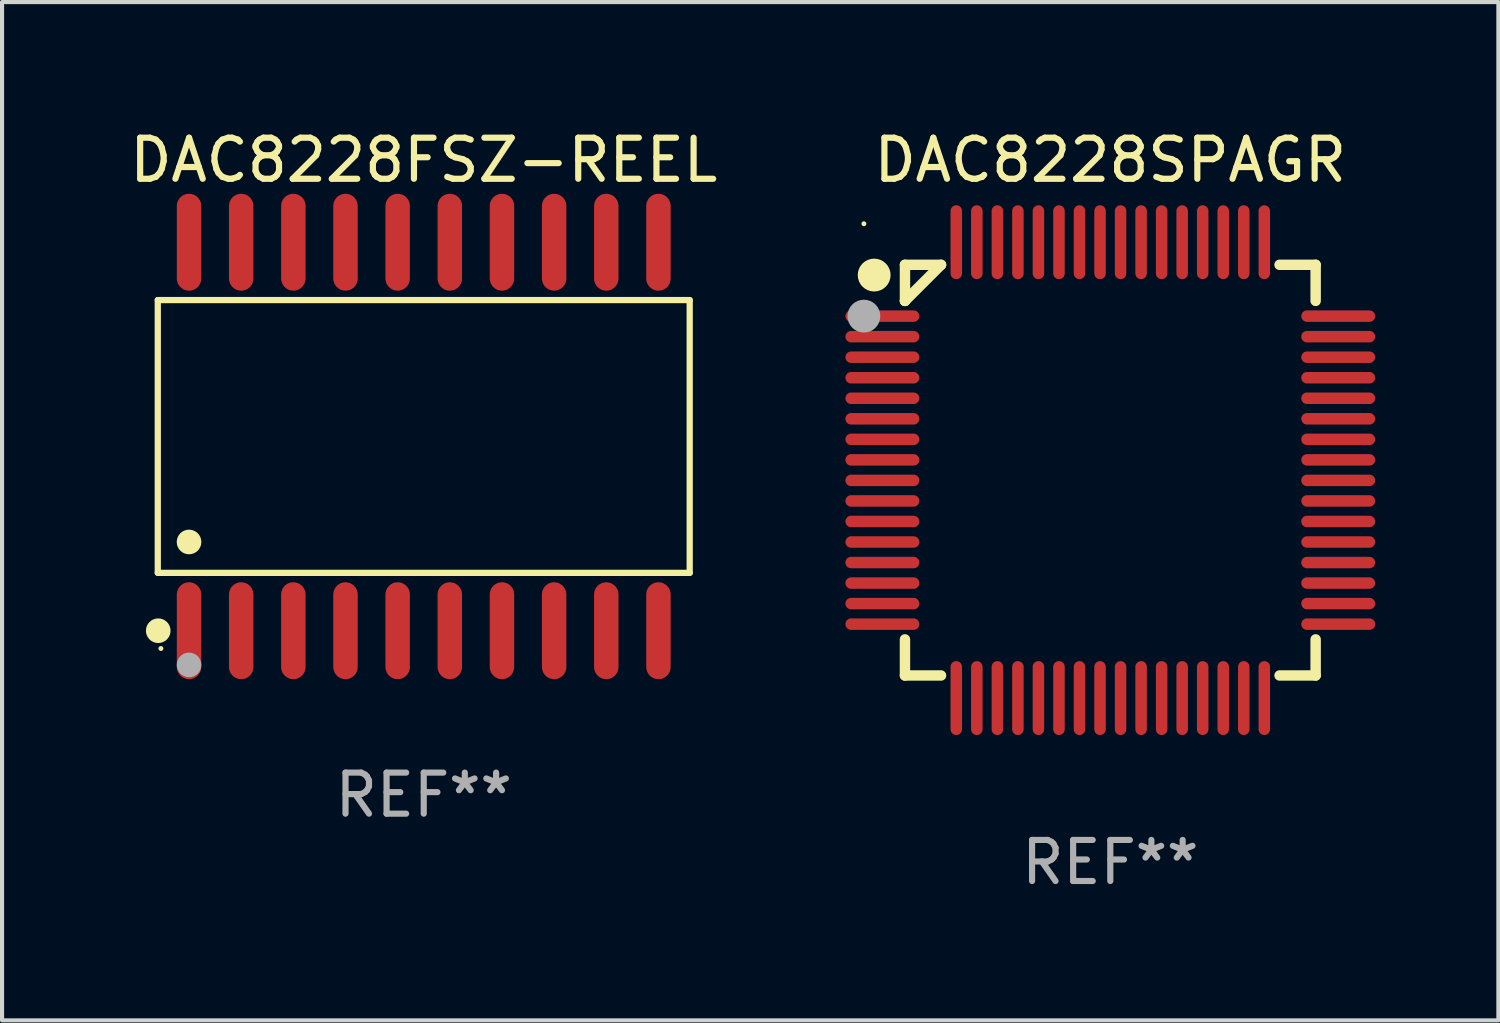
<source format=kicad_pcb>
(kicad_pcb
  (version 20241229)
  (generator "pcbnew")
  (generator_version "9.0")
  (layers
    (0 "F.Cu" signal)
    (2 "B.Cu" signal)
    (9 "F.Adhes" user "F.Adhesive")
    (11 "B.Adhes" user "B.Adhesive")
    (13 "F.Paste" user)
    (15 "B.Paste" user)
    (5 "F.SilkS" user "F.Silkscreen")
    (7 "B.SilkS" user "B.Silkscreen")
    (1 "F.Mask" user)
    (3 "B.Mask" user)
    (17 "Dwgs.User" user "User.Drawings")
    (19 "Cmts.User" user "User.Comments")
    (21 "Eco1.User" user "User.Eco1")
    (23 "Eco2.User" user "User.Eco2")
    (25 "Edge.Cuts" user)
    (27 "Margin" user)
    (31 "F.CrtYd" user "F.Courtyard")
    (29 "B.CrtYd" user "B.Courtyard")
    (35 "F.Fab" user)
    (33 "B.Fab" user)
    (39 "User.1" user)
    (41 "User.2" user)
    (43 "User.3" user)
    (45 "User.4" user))
  (footprint "DAC8228SPAGR"
    (layer "F.Cu")
    (at 23.986 8.398)
    (property "Reference" "DAC8228SPAGR" (at 0 -7.55 0) (layer "F.SilkS") (effects (font (size 1 1) (thickness 0.15))))
    (attr through_hole)
    (fp_line (start -5 -5) (end -4.121 -5) (stroke (width 0.254) (type solid)) (layer "F.SilkS"))
    (fp_line (start -5 -4.121) (end -5 -5) (stroke (width 0.254) (type solid)) (layer "F.SilkS"))
    (fp_line (start -5 -4.121) (end -5 -4.121) (stroke (width 0.254) (type solid)) (layer "F.SilkS"))
    (fp_line (start -5 -4.121) (end -4.121 -5) (stroke (width 0.254) (type solid)) (layer "F.SilkS"))
    (fp_line (start -5 5) (end -5 4.121) (stroke (width 0.254) (type solid)) (layer "F.SilkS"))
    (fp_line (start -4.121 5) (end -5 5) (stroke (width 0.254) (type solid)) (layer "F.SilkS"))
    (fp_line (start 4.121 -5) (end 5 -5) (stroke (width 0.254) (type solid)) (layer "F.SilkS"))
    (fp_line (start 5 -5) (end 5 -4.121) (stroke (width 0.254) (type solid)) (layer "F.SilkS"))
    (fp_line (start 5 4.121) (end 5 5) (stroke (width 0.254) (type solid)) (layer "F.SilkS"))
    (fp_line (start 5 5) (end 4.121 5) (stroke (width 0.254) (type solid)) (layer "F.SilkS"))
    (fp_circle (center -6 -6) (end -5.97 -6) (stroke (width 0.06) (type solid)) (fill no) (layer "F.SilkS"))
    (fp_circle (center -5.75 -4.75) (end -5.55 -4.75) (stroke (width 0.4) (type solid)) (fill no) (layer "F.SilkS"))
    (fp_circle (center -6 -3.75) (end -5.8 -3.75) (stroke (width 0.4) (type solid)) (fill no) (layer "F.Fab"))
    (fp_text user "REF**" (at 0 9.55 0) (layer "F.Fab") (effects (font (size 1 1) (thickness 0.15))))
    (pad "1" smd oval (at -5.55 -3.75 90) (size 0.28 1.8) (layers "F.Cu" "F.Mask" "F.Paste"))
    (pad "2" smd oval (at -5.55 -3.25 90) (size 0.28 1.8) (layers "F.Cu" "F.Mask" "F.Paste"))
    (pad "3" smd oval (at -5.55 -2.75 90) (size 0.28 1.8) (layers "F.Cu" "F.Mask" "F.Paste"))
    (pad "4" smd oval (at -5.55 -2.25 90) (size 0.28 1.8) (layers "F.Cu" "F.Mask" "F.Paste"))
    (pad "5" smd oval (at -5.55 -1.75 90) (size 0.28 1.8) (layers "F.Cu" "F.Mask" "F.Paste"))
    (pad "6" smd oval (at -5.55 -1.25 90) (size 0.28 1.8) (layers "F.Cu" "F.Mask" "F.Paste"))
    (pad "7" smd oval (at -5.55 -0.75 90) (size 0.28 1.8) (layers "F.Cu" "F.Mask" "F.Paste"))
    (pad "8" smd oval (at -5.55 -0.25 90) (size 0.28 1.8) (layers "F.Cu" "F.Mask" "F.Paste"))
    (pad "9" smd oval (at -5.55 0.25 90) (size 0.28 1.8) (layers "F.Cu" "F.Mask" "F.Paste"))
    (pad "10" smd oval (at -5.55 0.75 90) (size 0.28 1.8) (layers "F.Cu" "F.Mask" "F.Paste"))
    (pad "11" smd oval (at -5.55 1.25 90) (size 0.28 1.8) (layers "F.Cu" "F.Mask" "F.Paste"))
    (pad "12" smd oval (at -5.55 1.75 90) (size 0.28 1.8) (layers "F.Cu" "F.Mask" "F.Paste"))
    (pad "13" smd oval (at -5.55 2.25 90) (size 0.28 1.8) (layers "F.Cu" "F.Mask" "F.Paste"))
    (pad "14" smd oval (at -5.55 2.75 90) (size 0.28 1.8) (layers "F.Cu" "F.Mask" "F.Paste"))
    (pad "15" smd oval (at -5.55 3.25 90) (size 0.28 1.8) (layers "F.Cu" "F.Mask" "F.Paste"))
    (pad "16" smd oval (at -5.55 3.75 90) (size 0.28 1.8) (layers "F.Cu" "F.Mask" "F.Paste"))
    (pad "17" smd oval (at -3.75 5.55) (size 0.28 1.8) (layers "F.Cu" "F.Mask" "F.Paste"))
    (pad "18" smd oval (at -3.25 5.55) (size 0.28 1.8) (layers "F.Cu" "F.Mask" "F.Paste"))
    (pad "19" smd oval (at -2.75 5.55) (size 0.28 1.8) (layers "F.Cu" "F.Mask" "F.Paste"))
    (pad "20" smd oval (at -2.25 5.55) (size 0.28 1.8) (layers "F.Cu" "F.Mask" "F.Paste"))
    (pad "21" smd oval (at -1.75 5.55) (size 0.28 1.8) (layers "F.Cu" "F.Mask" "F.Paste"))
    (pad "22" smd oval (at -1.25 5.55) (size 0.28 1.8) (layers "F.Cu" "F.Mask" "F.Paste"))
    (pad "23" smd oval (at -0.75 5.55) (size 0.28 1.8) (layers "F.Cu" "F.Mask" "F.Paste"))
    (pad "24" smd oval (at -0.25 5.55) (size 0.28 1.8) (layers "F.Cu" "F.Mask" "F.Paste"))
    (pad "25" smd oval (at 0.25 5.55) (size 0.28 1.8) (layers "F.Cu" "F.Mask" "F.Paste"))
    (pad "26" smd oval (at 0.75 5.55) (size 0.28 1.8) (layers "F.Cu" "F.Mask" "F.Paste"))
    (pad "27" smd oval (at 1.25 5.55) (size 0.28 1.8) (layers "F.Cu" "F.Mask" "F.Paste"))
    (pad "28" smd oval (at 1.75 5.55) (size 0.28 1.8) (layers "F.Cu" "F.Mask" "F.Paste"))
    (pad "29" smd oval (at 2.25 5.55) (size 0.28 1.8) (layers "F.Cu" "F.Mask" "F.Paste"))
    (pad "30" smd oval (at 2.75 5.55) (size 0.28 1.8) (layers "F.Cu" "F.Mask" "F.Paste"))
    (pad "31" smd oval (at 3.25 5.55) (size 0.28 1.8) (layers "F.Cu" "F.Mask" "F.Paste"))
    (pad "32" smd oval (at 3.75 5.55) (size 0.28 1.8) (layers "F.Cu" "F.Mask" "F.Paste"))
    (pad "33" smd oval (at 5.55 3.75 90) (size 0.28 1.8) (layers "F.Cu" "F.Mask" "F.Paste"))
    (pad "34" smd oval (at 5.55 3.25 90) (size 0.28 1.8) (layers "F.Cu" "F.Mask" "F.Paste"))
    (pad "35" smd oval (at 5.55 2.75 90) (size 0.28 1.8) (layers "F.Cu" "F.Mask" "F.Paste"))
    (pad "36" smd oval (at 5.55 2.25 90) (size 0.28 1.8) (layers "F.Cu" "F.Mask" "F.Paste"))
    (pad "37" smd oval (at 5.55 1.75 90) (size 0.28 1.8) (layers "F.Cu" "F.Mask" "F.Paste"))
    (pad "38" smd oval (at 5.55 1.25 90) (size 0.28 1.8) (layers "F.Cu" "F.Mask" "F.Paste"))
    (pad "39" smd oval (at 5.55 0.75 90) (size 0.28 1.8) (layers "F.Cu" "F.Mask" "F.Paste"))
    (pad "40" smd oval (at 5.55 0.25 90) (size 0.28 1.8) (layers "F.Cu" "F.Mask" "F.Paste"))
    (pad "41" smd oval (at 5.55 -0.25 90) (size 0.28 1.8) (layers "F.Cu" "F.Mask" "F.Paste"))
    (pad "42" smd oval (at 5.55 -0.75 90) (size 0.28 1.8) (layers "F.Cu" "F.Mask" "F.Paste"))
    (pad "43" smd oval (at 5.55 -1.25 90) (size 0.28 1.8) (layers "F.Cu" "F.Mask" "F.Paste"))
    (pad "44" smd oval (at 5.55 -1.75 90) (size 0.28 1.8) (layers "F.Cu" "F.Mask" "F.Paste"))
    (pad "45" smd oval (at 5.55 -2.25 90) (size 0.28 1.8) (layers "F.Cu" "F.Mask" "F.Paste"))
    (pad "46" smd oval (at 5.55 -2.75 90) (size 0.28 1.8) (layers "F.Cu" "F.Mask" "F.Paste"))
    (pad "47" smd oval (at 5.55 -3.25 90) (size 0.28 1.8) (layers "F.Cu" "F.Mask" "F.Paste"))
    (pad "48" smd oval (at 5.55 -3.75 90) (size 0.28 1.8) (layers "F.Cu" "F.Mask" "F.Paste"))
    (pad "49" smd oval (at 3.75 -5.55) (size 0.28 1.8) (layers "F.Cu" "F.Mask" "F.Paste"))
    (pad "50" smd oval (at 3.25 -5.55) (size 0.28 1.8) (layers "F.Cu" "F.Mask" "F.Paste"))
    (pad "51" smd oval (at 2.75 -5.55) (size 0.28 1.8) (layers "F.Cu" "F.Mask" "F.Paste"))
    (pad "52" smd oval (at 2.25 -5.55) (size 0.28 1.8) (layers "F.Cu" "F.Mask" "F.Paste"))
    (pad "53" smd oval (at 1.75 -5.55) (size 0.28 1.8) (layers "F.Cu" "F.Mask" "F.Paste"))
    (pad "54" smd oval (at 1.25 -5.55) (size 0.28 1.8) (layers "F.Cu" "F.Mask" "F.Paste"))
    (pad "55" smd oval (at 0.75 -5.55) (size 0.28 1.8) (layers "F.Cu" "F.Mask" "F.Paste"))
    (pad "56" smd oval (at 0.25 -5.55) (size 0.28 1.8) (layers "F.Cu" "F.Mask" "F.Paste"))
    (pad "57" smd oval (at -0.25 -5.55) (size 0.28 1.8) (layers "F.Cu" "F.Mask" "F.Paste"))
    (pad "58" smd oval (at -0.75 -5.55) (size 0.28 1.8) (layers "F.Cu" "F.Mask" "F.Paste"))
    (pad "59" smd oval (at -1.25 -5.55) (size 0.28 1.8) (layers "F.Cu" "F.Mask" "F.Paste"))
    (pad "60" smd oval (at -1.75 -5.55) (size 0.28 1.8) (layers "F.Cu" "F.Mask" "F.Paste"))
    (pad "61" smd oval (at -2.25 -5.55) (size 0.28 1.8) (layers "F.Cu" "F.Mask" "F.Paste"))
    (pad "62" smd oval (at -2.75 -5.55) (size 0.28 1.8) (layers "F.Cu" "F.Mask" "F.Paste"))
    (pad "63" smd oval (at -3.25 -5.55) (size 0.28 1.8) (layers "F.Cu" "F.Mask" "F.Paste"))
    (pad "64" smd oval (at -3.75 -5.55) (size 0.28 1.8) (layers "F.Cu" "F.Mask" "F.Paste")))
  (footprint "DAC8228FSZ-REEL"
    (layer "F.Cu")
    (at 7.268 7.578)
    (property "Reference" "DAC8228FSZ-REEL" (at 0 -6.73 0) (layer "F.SilkS") (effects (font (size 1 1) (thickness 0.15))))
    (attr through_hole)
    (fp_line (start -6.476 -3.321) (end 6.476 -3.321) (stroke (width 0.152) (type solid)) (layer "F.SilkS"))
    (fp_line (start -6.476 3.321) (end -6.476 -3.321) (stroke (width 0.152) (type solid)) (layer "F.SilkS"))
    (fp_line (start 6.476 -3.321) (end 6.476 3.321) (stroke (width 0.152) (type solid)) (layer "F.SilkS"))
    (fp_line (start 6.476 3.321) (end -6.476 3.321) (stroke (width 0.152) (type solid)) (layer "F.SilkS"))
    (fp_circle (center -6.465 4.73) (end -6.315 4.73) (stroke (width 0.3) (type solid)) (fill no) (layer "F.SilkS"))
    (fp_circle (center -6.4 5.163) (end -6.37 5.163) (stroke (width 0.06) (type solid)) (fill no) (layer "F.SilkS"))
    (fp_circle (center -5.715 2.569) (end -5.565 2.569) (stroke (width 0.3) (type solid)) (fill no) (layer "F.SilkS"))
    (fp_circle (center -5.715 5.563) (end -5.565 5.563) (stroke (width 0.3) (type solid)) (fill no) (layer "F.Fab"))
    (fp_text user "REF**" (at 0 8.73 0) (layer "F.Fab") (effects (font (size 1 1) (thickness 0.15))))
    (pad "1" smd oval (at -5.715 4.73) (size 0.595 2.36) (layers "F.Cu" "F.Mask" "F.Paste"))
    (pad "2" smd oval (at -4.445 4.73) (size 0.595 2.36) (layers "F.Cu" "F.Mask" "F.Paste"))
    (pad "3" smd oval (at -3.175 4.73) (size 0.595 2.36) (layers "F.Cu" "F.Mask" "F.Paste"))
    (pad "4" smd oval (at -1.905 4.73) (size 0.595 2.36) (layers "F.Cu" "F.Mask" "F.Paste"))
    (pad "5" smd oval (at -0.635 4.73) (size 0.595 2.36) (layers "F.Cu" "F.Mask" "F.Paste"))
    (pad "6" smd oval (at 0.635 4.73) (size 0.595 2.36) (layers "F.Cu" "F.Mask" "F.Paste"))
    (pad "7" smd oval (at 1.905 4.73) (size 0.595 2.36) (layers "F.Cu" "F.Mask" "F.Paste"))
    (pad "8" smd oval (at 3.175 4.73) (size 0.595 2.36) (layers "F.Cu" "F.Mask" "F.Paste"))
    (pad "9" smd oval (at 4.445 4.73) (size 0.595 2.36) (layers "F.Cu" "F.Mask" "F.Paste"))
    (pad "10" smd oval (at 5.715 4.73) (size 0.595 2.36) (layers "F.Cu" "F.Mask" "F.Paste"))
    (pad "11" smd oval (at 5.715 -4.73) (size 0.595 2.36) (layers "F.Cu" "F.Mask" "F.Paste"))
    (pad "12" smd oval (at 4.445 -4.73) (size 0.595 2.36) (layers "F.Cu" "F.Mask" "F.Paste"))
    (pad "13" smd oval (at 3.175 -4.73) (size 0.595 2.36) (layers "F.Cu" "F.Mask" "F.Paste"))
    (pad "14" smd oval (at 1.905 -4.73) (size 0.595 2.36) (layers "F.Cu" "F.Mask" "F.Paste"))
    (pad "15" smd oval (at 0.635 -4.73) (size 0.595 2.36) (layers "F.Cu" "F.Mask" "F.Paste"))
    (pad "16" smd oval (at -0.635 -4.73) (size 0.595 2.36) (layers "F.Cu" "F.Mask" "F.Paste"))
    (pad "17" smd oval (at -1.905 -4.73) (size 0.595 2.36) (layers "F.Cu" "F.Mask" "F.Paste"))
    (pad "18" smd oval (at -3.175 -4.73) (size 0.595 2.36) (layers "F.Cu" "F.Mask" "F.Paste"))
    (pad "19" smd oval (at -4.445 -4.73) (size 0.595 2.36) (layers "F.Cu" "F.Mask" "F.Paste"))
    (pad "20" smd oval (at -5.715 -4.73) (size 0.595 2.36) (layers "F.Cu" "F.Mask" "F.Paste")))
  (gr_rect
    (start -3 -3)
    (end 33.436 21.796)
    (stroke (width 0.1) (type default))
    (fill no)
    (layer "Edge.Cuts")))
</source>
